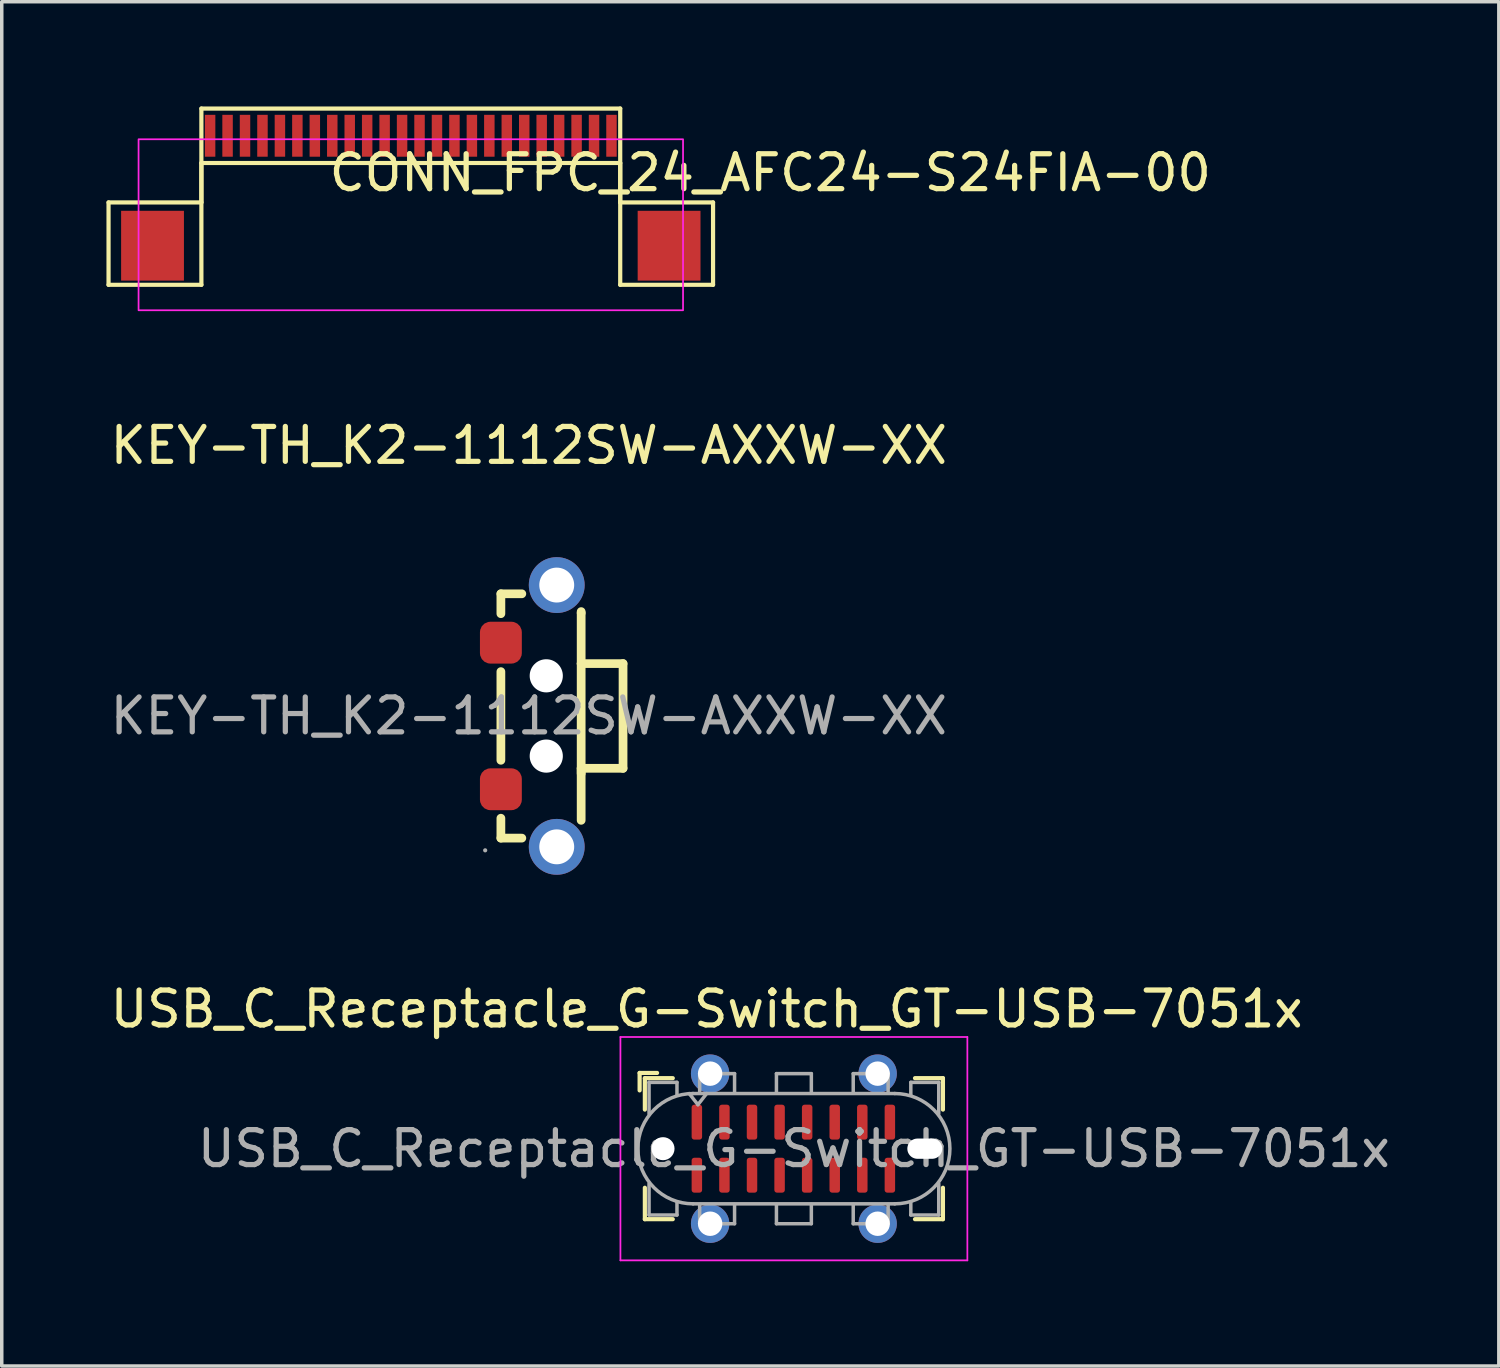
<source format=kicad_pcb>
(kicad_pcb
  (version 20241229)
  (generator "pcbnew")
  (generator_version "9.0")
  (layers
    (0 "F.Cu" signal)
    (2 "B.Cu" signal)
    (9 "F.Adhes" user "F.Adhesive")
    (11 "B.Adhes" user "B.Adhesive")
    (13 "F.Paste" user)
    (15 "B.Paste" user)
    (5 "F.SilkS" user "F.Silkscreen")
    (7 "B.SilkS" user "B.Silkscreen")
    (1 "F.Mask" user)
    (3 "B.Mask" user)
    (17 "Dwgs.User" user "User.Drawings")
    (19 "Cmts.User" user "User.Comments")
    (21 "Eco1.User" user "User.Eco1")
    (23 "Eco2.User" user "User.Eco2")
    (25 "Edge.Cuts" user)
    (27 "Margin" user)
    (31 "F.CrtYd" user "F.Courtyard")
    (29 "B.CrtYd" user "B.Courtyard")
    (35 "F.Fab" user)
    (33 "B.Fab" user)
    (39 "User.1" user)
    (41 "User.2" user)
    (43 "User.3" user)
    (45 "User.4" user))
  (footprint "USB_C_Receptacle_G-Switch_GT-USB-7051x"
    (layer "F.Cu")
    (at 19.696 29.861)
    (property "Reference" "USB_C_Receptacle_G-Switch_GT-USB-7051x" (at -2.5 -4 0) (unlocked yes) (layer "F.SilkS") (effects (font (size 1 1) (thickness 0.15))))
    (attr smd)
    (fp_line (start -4.42 -2.17) (end -4.42 -1.67) (stroke (width 0.12) (type solid)) (layer "F.SilkS"))
    (fp_line (start -4.42 -2.17) (end -3.92 -2.17) (stroke (width 0.12) (type solid)) (layer "F.SilkS"))
    (fp_line (start -4.27 -2.02) (end -4.27 -1.12) (stroke (width 0.12) (type solid)) (layer "F.SilkS"))
    (fp_line (start -4.27 -2.02) (end -3.47 -2.02) (stroke (width 0.12) (type solid)) (layer "F.SilkS"))
    (fp_line (start -4.27 2.02) (end -4.27 1.12) (stroke (width 0.12) (type solid)) (layer "F.SilkS"))
    (fp_line (start -4.27 2.02) (end -3.47 2.02) (stroke (width 0.12) (type solid)) (layer "F.SilkS"))
    (fp_line (start 4.27 -2.02) (end 3.47 -2.02) (stroke (width 0.12) (type solid)) (layer "F.SilkS"))
    (fp_line (start 4.27 -2.02) (end 4.27 -1.12) (stroke (width 0.12) (type solid)) (layer "F.SilkS"))
    (fp_line (start 4.27 2.02) (end 3.47 2.02) (stroke (width 0.12) (type solid)) (layer "F.SilkS"))
    (fp_line (start 4.27 2.02) (end 4.27 1.12) (stroke (width 0.12) (type solid)) (layer "F.SilkS"))
    (fp_line (start -4.97 -3.2) (end -4.97 3.2) (stroke (width 0.05) (type solid)) (layer "F.CrtYd"))
    (fp_line (start -4.97 3.2) (end 4.97 3.2) (stroke (width 0.05) (type solid)) (layer "F.CrtYd"))
    (fp_line (start 4.97 -3.2) (end -4.97 -3.2) (stroke (width 0.05) (type solid)) (layer "F.CrtYd"))
    (fp_line (start 4.97 3.2) (end 4.97 -3.2) (stroke (width 0.05) (type solid)) (layer "F.CrtYd"))
    (fp_line (start -4.15 -1.9) (end -4.15 -1) (stroke (width 0.1) (type solid)) (layer "F.Fab"))
    (fp_line (start -4.15 -1.9) (end -3.35 -1.9) (stroke (width 0.1) (type solid)) (layer "F.Fab"))
    (fp_line (start -4.15 1.9) (end -4.15 1) (stroke (width 0.1) (type solid)) (layer "F.Fab"))
    (fp_line (start -4.15 1.9) (end -3.35 1.9) (stroke (width 0.1) (type solid)) (layer "F.Fab"))
    (fp_line (start -3.35 -1.9) (end -3.35 -1.55) (stroke (width 0.1) (type solid)) (layer "F.Fab"))
    (fp_line (start -3.35 1.9) (end -3.35 1.55) (stroke (width 0.1) (type solid)) (layer "F.Fab"))
    (fp_line (start -2.89 1.58) (end 2.89 1.58) (stroke (width 0.1) (type solid)) (layer "F.Fab"))
    (fp_line (start -2.75 -1.26) (end -3 -1.58) (stroke (width 0.1) (type solid)) (layer "F.Fab"))
    (fp_line (start -2.7 -2.15) (end -1.7 -2.15) (stroke (width 0.1) (type solid)) (layer "F.Fab"))
    (fp_line (start -2.7 -1.6) (end -2.7 -2.15) (stroke (width 0.1) (type solid)) (layer "F.Fab"))
    (fp_line (start -2.7 1.6) (end -2.7 2.15) (stroke (width 0.1) (type solid)) (layer "F.Fab"))
    (fp_line (start -2.7 2.15) (end -1.7 2.15) (stroke (width 0.1) (type solid)) (layer "F.Fab"))
    (fp_line (start -2.5 -1.58) (end -2.75 -1.26) (stroke (width 0.1) (type solid)) (layer "F.Fab"))
    (fp_line (start -1.7 -2.15) (end -1.7 -1.6) (stroke (width 0.1) (type solid)) (layer "F.Fab"))
    (fp_line (start -1.7 2.15) (end -1.7 1.6) (stroke (width 0.1) (type solid)) (layer "F.Fab"))
    (fp_line (start -0.5 -2.15) (end 0.5 -2.15) (stroke (width 0.1) (type solid)) (layer "F.Fab"))
    (fp_line (start -0.5 -1.6) (end -0.5 -2.15) (stroke (width 0.1) (type solid)) (layer "F.Fab"))
    (fp_line (start -0.5 2.15) (end -0.5 1.6) (stroke (width 0.1) (type solid)) (layer "F.Fab"))
    (fp_line (start 0.5 -2.15) (end 0.5 -1.6) (stroke (width 0.1) (type solid)) (layer "F.Fab"))
    (fp_line (start 0.5 1.6) (end 0.5 2.15) (stroke (width 0.1) (type solid)) (layer "F.Fab"))
    (fp_line (start 0.5 2.15) (end -0.5 2.15) (stroke (width 0.1) (type solid)) (layer "F.Fab"))
    (fp_line (start 1.7 -2.15) (end 1.7 -1.6) (stroke (width 0.1) (type solid)) (layer "F.Fab"))
    (fp_line (start 1.7 2.15) (end 1.7 1.6) (stroke (width 0.1) (type solid)) (layer "F.Fab"))
    (fp_line (start 2.7 -2.15) (end 1.7 -2.15) (stroke (width 0.1) (type solid)) (layer "F.Fab"))
    (fp_line (start 2.7 -1.6) (end 2.7 -2.15) (stroke (width 0.1) (type solid)) (layer "F.Fab"))
    (fp_line (start 2.7 1.6) (end 2.7 2.15) (stroke (width 0.1) (type solid)) (layer "F.Fab"))
    (fp_line (start 2.7 2.15) (end 1.7 2.15) (stroke (width 0.1) (type solid)) (layer "F.Fab"))
    (fp_line (start 2.89 -1.58) (end -2.89 -1.58) (stroke (width 0.1) (type solid)) (layer "F.Fab"))
    (fp_line (start 3.35 -1.9) (end 3.35 -1.55) (stroke (width 0.1) (type solid)) (layer "F.Fab"))
    (fp_line (start 3.35 1.9) (end 3.35 1.55) (stroke (width 0.1) (type solid)) (layer "F.Fab"))
    (fp_line (start 4.15 -1.9) (end 3.35 -1.9) (stroke (width 0.1) (type solid)) (layer "F.Fab"))
    (fp_line (start 4.15 -1.9) (end 4.15 -1) (stroke (width 0.1) (type solid)) (layer "F.Fab"))
    (fp_line (start 4.15 1.9) (end 3.35 1.9) (stroke (width 0.1) (type solid)) (layer "F.Fab"))
    (fp_line (start 4.15 1.9) (end 4.15 1) (stroke (width 0.1) (type solid)) (layer "F.Fab"))
    (fp_arc (start -2.89 1.58) (mid -4.47 0) (end -2.89 -1.58) (stroke (width 0.1) (type solid)) (layer "F.Fab"))
    (fp_arc (start 2.89 -1.58) (mid 4.47 0) (end 2.89 1.58) (stroke (width 0.1) (type solid)) (layer "F.Fab"))
    (fp_text user "${REFERENCE}" (at 0 0 0) (unlocked yes) (layer "F.Fab") (effects (font (size 1 1) (thickness 0.15))))
    (pad "" np_thru_hole circle (at -3.75 0) (size 0.66 0.66) (drill 0.66) (layers "*.Cu" "*.Mask"))
    (pad "" np_thru_hole oval (at 3.75 0) (size 1 0.58) (drill oval 1 0.58) (layers "*.Cu" "*.Mask"))
    (pad "A1" smd roundrect (at -2.78 -0.76) (size 0.3 1) (layers "F.Cu" "F.Mask" "F.Paste") (roundrect_rratio 0.25))
    (pad "A4" smd roundrect (at -1.99 -0.76) (size 0.3 1) (layers "F.Cu" "F.Mask" "F.Paste") (roundrect_rratio 0.25))
    (pad "A5" smd roundrect (at -1.2 -0.76) (size 0.3 1) (layers "F.Cu" "F.Mask" "F.Paste") (roundrect_rratio 0.25))
    (pad "A6" smd roundrect (at -0.41 -0.76) (size 0.3 1) (layers "F.Cu" "F.Mask" "F.Paste") (roundrect_rratio 0.25))
    (pad "A7" smd roundrect (at 0.38 -0.76) (size 0.3 1) (layers "F.Cu" "F.Mask" "F.Paste") (roundrect_rratio 0.25))
    (pad "A8" smd roundrect (at 1.17 -0.76) (size 0.3 1) (layers "F.Cu" "F.Mask" "F.Paste") (roundrect_rratio 0.25))
    (pad "A9" smd roundrect (at 1.96 -0.76) (size 0.3 1) (layers "F.Cu" "F.Mask" "F.Paste") (roundrect_rratio 0.25))
    (pad "A12" smd roundrect (at 2.75 -0.76) (size 0.3 1) (layers "F.Cu" "F.Mask" "F.Paste") (roundrect_rratio 0.25))
    (pad "B1" smd roundrect (at 2.75 0.76) (size 0.3 1) (layers "F.Cu" "F.Mask" "F.Paste") (roundrect_rratio 0.25))
    (pad "B4" smd roundrect (at 1.96 0.76) (size 0.3 1) (layers "F.Cu" "F.Mask" "F.Paste") (roundrect_rratio 0.25))
    (pad "B5" smd roundrect (at 1.17 0.76) (size 0.3 1) (layers "F.Cu" "F.Mask" "F.Paste") (roundrect_rratio 0.25))
    (pad "B6" smd roundrect (at 0.38 0.76) (size 0.3 1) (layers "F.Cu" "F.Mask" "F.Paste") (roundrect_rratio 0.25))
    (pad "B7" smd roundrect (at -0.41 0.76) (size 0.3 1) (layers "F.Cu" "F.Mask" "F.Paste") (roundrect_rratio 0.25))
    (pad "B8" smd roundrect (at -1.2 0.76) (size 0.3 1) (layers "F.Cu" "F.Mask" "F.Paste") (roundrect_rratio 0.25))
    (pad "B9" smd roundrect (at -1.99 0.76) (size 0.3 1) (layers "F.Cu" "F.Mask" "F.Paste") (roundrect_rratio 0.25))
    (pad "B12" smd roundrect (at -2.78 0.76) (size 0.3 1) (layers "F.Cu" "F.Mask" "F.Paste") (roundrect_rratio 0.25))
    (pad "S1" thru_hole circle (at -2.4 -2.15) (size 1.1 1.1) (drill 0.7) (layers "*.Cu" "*.Mask" "F.Paste"))
    (pad "S1" thru_hole circle (at -2.4 2.15) (size 1.1 1.1) (drill 0.7) (layers "*.Cu" "*.Mask" "F.Paste"))
    (pad "S1" thru_hole circle (at 2.4 -2.15) (size 1.1 1.1) (drill 0.7) (layers "*.Cu" "*.Mask" "F.Paste"))
    (pad "S1" thru_hole circle (at 2.4 2.15) (size 1.1 1.1) (drill 0.7) (layers "*.Cu" "*.Mask" "F.Paste"))
    (zone (net_name "") (layer "F.Cu") (name "peg") (hatch full 0.508) (connect_pads) (min_thickness 0.254) (filled_areas_thickness no) (keepout (tracks allowed) (vias not_allowed) (pads not_allowed) (copperpour not_allowed) (footprints not_allowed)) (placement (enabled no)) (fill) (polygon (pts (xy 20.496 28.061) (xy 18.896 28.061) (xy 18.896 27.361) (xy 20.496 27.361))))
    (zone (net_name "") (layer "F.Cu") (name "peg") (hatch full 0.508) (connect_pads) (min_thickness 0.254) (filled_areas_thickness no) (keepout (tracks allowed) (vias not_allowed) (pads not_allowed) (copperpour not_allowed) (footprints not_allowed)) (placement (enabled no)) (fill) (polygon (pts (xy 20.496 32.361) (xy 18.896 32.361) (xy 18.896 31.662) (xy 20.496 31.662)))))
  (footprint "KEY-TH_K2-1112SW-AXXW-XX"
    (layer "F.Cu")
    (at 12.101 17.463)
    (property "Reference" "KEY-TH_K2-1112SW-AXXW-XX" (at 0 -7.75 0) (layer "F.SilkS") (effects (font (size 1 1) (thickness 0.15))))
    (attr through_hole)
    (fp_line (start -0.8 -3.5) (end -0.8 -2.93) (stroke (width 0.25) (type solid)) (layer "F.SilkS"))
    (fp_line (start -0.8 -1.27) (end -0.8 1.27) (stroke (width 0.25) (type solid)) (layer "F.SilkS"))
    (fp_line (start -0.8 2.93) (end -0.8 3.5) (stroke (width 0.25) (type solid)) (layer "F.SilkS"))
    (fp_line (start -0.8 3.5) (end -0.2 3.5) (stroke (width 0.25) (type solid)) (layer "F.SilkS"))
    (fp_line (start -0.2 -3.5) (end -0.8 -3.5) (stroke (width 0.25) (type solid)) (layer "F.SilkS"))
    (fp_line (start 1.5 -2.95) (end 1.5 -2.99) (stroke (width 0.25) (type solid)) (layer "F.SilkS"))
    (fp_line (start 1.5 -2.95) (end 1.5 -1.5) (stroke (width 0.25) (type solid)) (layer "F.SilkS"))
    (fp_line (start 1.5 -1.5) (end 1.5 1.65) (stroke (width 0.25) (type solid)) (layer "F.SilkS"))
    (fp_line (start 1.5 -1.5) (end 2.7 -1.5) (stroke (width 0.25) (type solid)) (layer "F.SilkS"))
    (fp_line (start 1.5 1.5) (end 1.5 2.99) (stroke (width 0.25) (type solid)) (layer "F.SilkS"))
    (fp_line (start 2.7 -1.5) (end 2.7 1.5) (stroke (width 0.25) (type solid)) (layer "F.SilkS"))
    (fp_line (start 2.7 1.5) (end 1.5 1.5) (stroke (width 0.25) (type solid)) (layer "F.SilkS"))
    (fp_circle (center 0.5 -1.15) (end 0.68 -1.15) (stroke (width 0.35) (type solid)) (fill no) (layer "Cmts.User"))
    (fp_circle (center 0.5 1.15) (end 0.68 1.15) (stroke (width 0.35) (type solid)) (fill no) (layer "Cmts.User"))
    (fp_circle (center -1.25 3.85) (end -1.22 3.85) (stroke (width 0.06) (type solid)) (fill no) (layer "F.Fab"))
    (fp_text user "${REFERENCE}" (at 0 0 0) (layer "F.Fab") (effects (font (size 1 1) (thickness 0.15))))
    (pad "" np_thru_hole circle (at 0.5 -1.15) (size 0.95 0.95) (drill 0.95) (layers "*.Cu" "*.Mask"))
    (pad "" np_thru_hole circle (at 0.5 1.15) (size 0.95 0.95) (drill 0.95) (layers "*.Cu" "*.Mask"))
    (pad "" thru_hole circle (at 0.8 -3.75 180) (size 1.6 1.6) (drill 1) (layers "*.Cu" "*.Mask"))
    (pad "" thru_hole circle (at 0.8 3.75 180) (size 1.6 1.6) (drill 1) (layers "*.Cu" "*.Mask"))
    (pad "1" smd roundrect (at -0.8 2.1) (size 1.2 1.2) (layers "F.Cu" "F.Mask" "F.Paste") (roundrect_rratio 0.25))
    (pad "2" smd roundrect (at -0.8 -2.1 180) (size 1.2 1.2) (layers "F.Cu" "F.Mask" "F.Paste") (roundrect_rratio 0.25)))
  (footprint "CONN_FPC_24_AFC24-S24FIA-00"
    (layer "F.Cu")
    (at 8.72 0.84)
    (property "Reference" "CONN_FPC_24_AFC24-S24FIA-00" (at 10.3 1.06 0) (layer "F.SilkS") (effects (font (size 1 1) (thickness 0.15))))
    (attr smd)
    (fp_line (start -8.66 1.91) (end -6 1.91) (stroke (width 0.12) (type default)) (layer "F.SilkS"))
    (fp_line (start -8.66 4.27) (end -8.66 1.91) (stroke (width 0.12) (type default)) (layer "F.SilkS"))
    (fp_line (start -6 -0.78) (end 6 -0.78) (stroke (width 0.12) (type default)) (layer "F.SilkS"))
    (fp_line (start -6 0.78) (end -6 4.27) (stroke (width 0.12) (type default)) (layer "F.SilkS"))
    (fp_line (start -6 0.78) (end 6 0.78) (stroke (width 0.12) (type default)) (layer "F.SilkS"))
    (fp_line (start -6 1.91) (end -6 -0.78) (stroke (width 0.12) (type default)) (layer "F.SilkS"))
    (fp_line (start -6 4.27) (end -8.66 4.27) (stroke (width 0.12) (type default)) (layer "F.SilkS"))
    (fp_line (start 6 0.78) (end 6 4.27) (stroke (width 0.12) (type default)) (layer "F.SilkS"))
    (fp_line (start 6 1.91) (end 6 -0.78) (stroke (width 0.12) (type default)) (layer "F.SilkS"))
    (fp_line (start 6 4.27) (end 8.66 4.27) (stroke (width 0.12) (type default)) (layer "F.SilkS"))
    (fp_line (start 8.66 1.91) (end 6 1.91) (stroke (width 0.12) (type default)) (layer "F.SilkS"))
    (fp_line (start 8.66 4.27) (end 8.66 1.91) (stroke (width 0.12) (type default)) (layer "F.SilkS"))
    (fp_rect (start -7.8 0.1) (end 7.8 5) (stroke (width 0.05) (type default)) (fill no) (layer "F.CrtYd"))
    (pad "" smd rect (at -7.4 3.15) (size 1.8 2) (layers "F.Cu" "F.Mask" "F.Paste"))
    (pad "" smd rect (at 7.4 3.15) (size 1.8 2) (layers "F.Cu" "F.Mask" "F.Paste"))
    (pad "1" smd rect (at 5.75 0) (size 0.3 1.2) (layers "F.Cu" "F.Mask" "F.Paste"))
    (pad "2" smd rect (at 5.25 0) (size 0.3 1.2) (layers "F.Cu" "F.Mask" "F.Paste"))
    (pad "3" smd rect (at 4.75 0) (size 0.3 1.2) (layers "F.Cu" "F.Mask" "F.Paste"))
    (pad "4" smd rect (at 4.25 0) (size 0.3 1.2) (layers "F.Cu" "F.Mask" "F.Paste"))
    (pad "5" smd rect (at 3.75 0) (size 0.3 1.2) (layers "F.Cu" "F.Mask" "F.Paste"))
    (pad "6" smd rect (at 3.25 0) (size 0.3 1.2) (layers "F.Cu" "F.Mask" "F.Paste"))
    (pad "7" smd rect (at 2.75 0) (size 0.3 1.2) (layers "F.Cu" "F.Mask" "F.Paste"))
    (pad "8" smd rect (at 2.25 0) (size 0.3 1.2) (layers "F.Cu" "F.Mask" "F.Paste"))
    (pad "9" smd rect (at 1.75 0) (size 0.3 1.2) (layers "F.Cu" "F.Mask" "F.Paste"))
    (pad "10" smd rect (at 1.25 0) (size 0.3 1.2) (layers "F.Cu" "F.Mask" "F.Paste"))
    (pad "11" smd rect (at 0.75 0) (size 0.3 1.2) (layers "F.Cu" "F.Mask" "F.Paste"))
    (pad "12" smd rect (at 0.25 0) (size 0.3 1.2) (layers "F.Cu" "F.Mask" "F.Paste"))
    (pad "13" smd rect (at -0.25 0) (size 0.3 1.2) (layers "F.Cu" "F.Mask" "F.Paste"))
    (pad "14" smd rect (at -0.75 0) (size 0.3 1.2) (layers "F.Cu" "F.Mask" "F.Paste"))
    (pad "15" smd rect (at -1.25 0) (size 0.3 1.2) (layers "F.Cu" "F.Mask" "F.Paste"))
    (pad "16" smd rect (at -1.75 0) (size 0.3 1.2) (layers "F.Cu" "F.Mask" "F.Paste"))
    (pad "17" smd rect (at -2.25 0) (size 0.3 1.2) (layers "F.Cu" "F.Mask" "F.Paste"))
    (pad "18" smd rect (at -2.75 0) (size 0.3 1.2) (layers "F.Cu" "F.Mask" "F.Paste"))
    (pad "19" smd rect (at -3.25 0) (size 0.3 1.2) (layers "F.Cu" "F.Mask" "F.Paste"))
    (pad "20" smd rect (at -3.75 0) (size 0.3 1.2) (layers "F.Cu" "F.Mask" "F.Paste"))
    (pad "21" smd rect (at -4.25 0) (size 0.3 1.2) (layers "F.Cu" "F.Mask" "F.Paste"))
    (pad "22" smd rect (at -4.75 0) (size 0.3 1.2) (layers "F.Cu" "F.Mask" "F.Paste"))
    (pad "23" smd rect (at -5.25 0) (size 0.3 1.2) (layers "F.Cu" "F.Mask" "F.Paste"))
    (pad "24" smd rect (at -5.75 0) (size 0.3 1.2) (layers "F.Cu" "F.Mask" "F.Paste")))
  (gr_rect
    (start -3 -3)
    (end 39.893 36.087)
    (stroke (width 0.1) (type default))
    (fill no)
    (layer "Edge.Cuts")))
</source>
